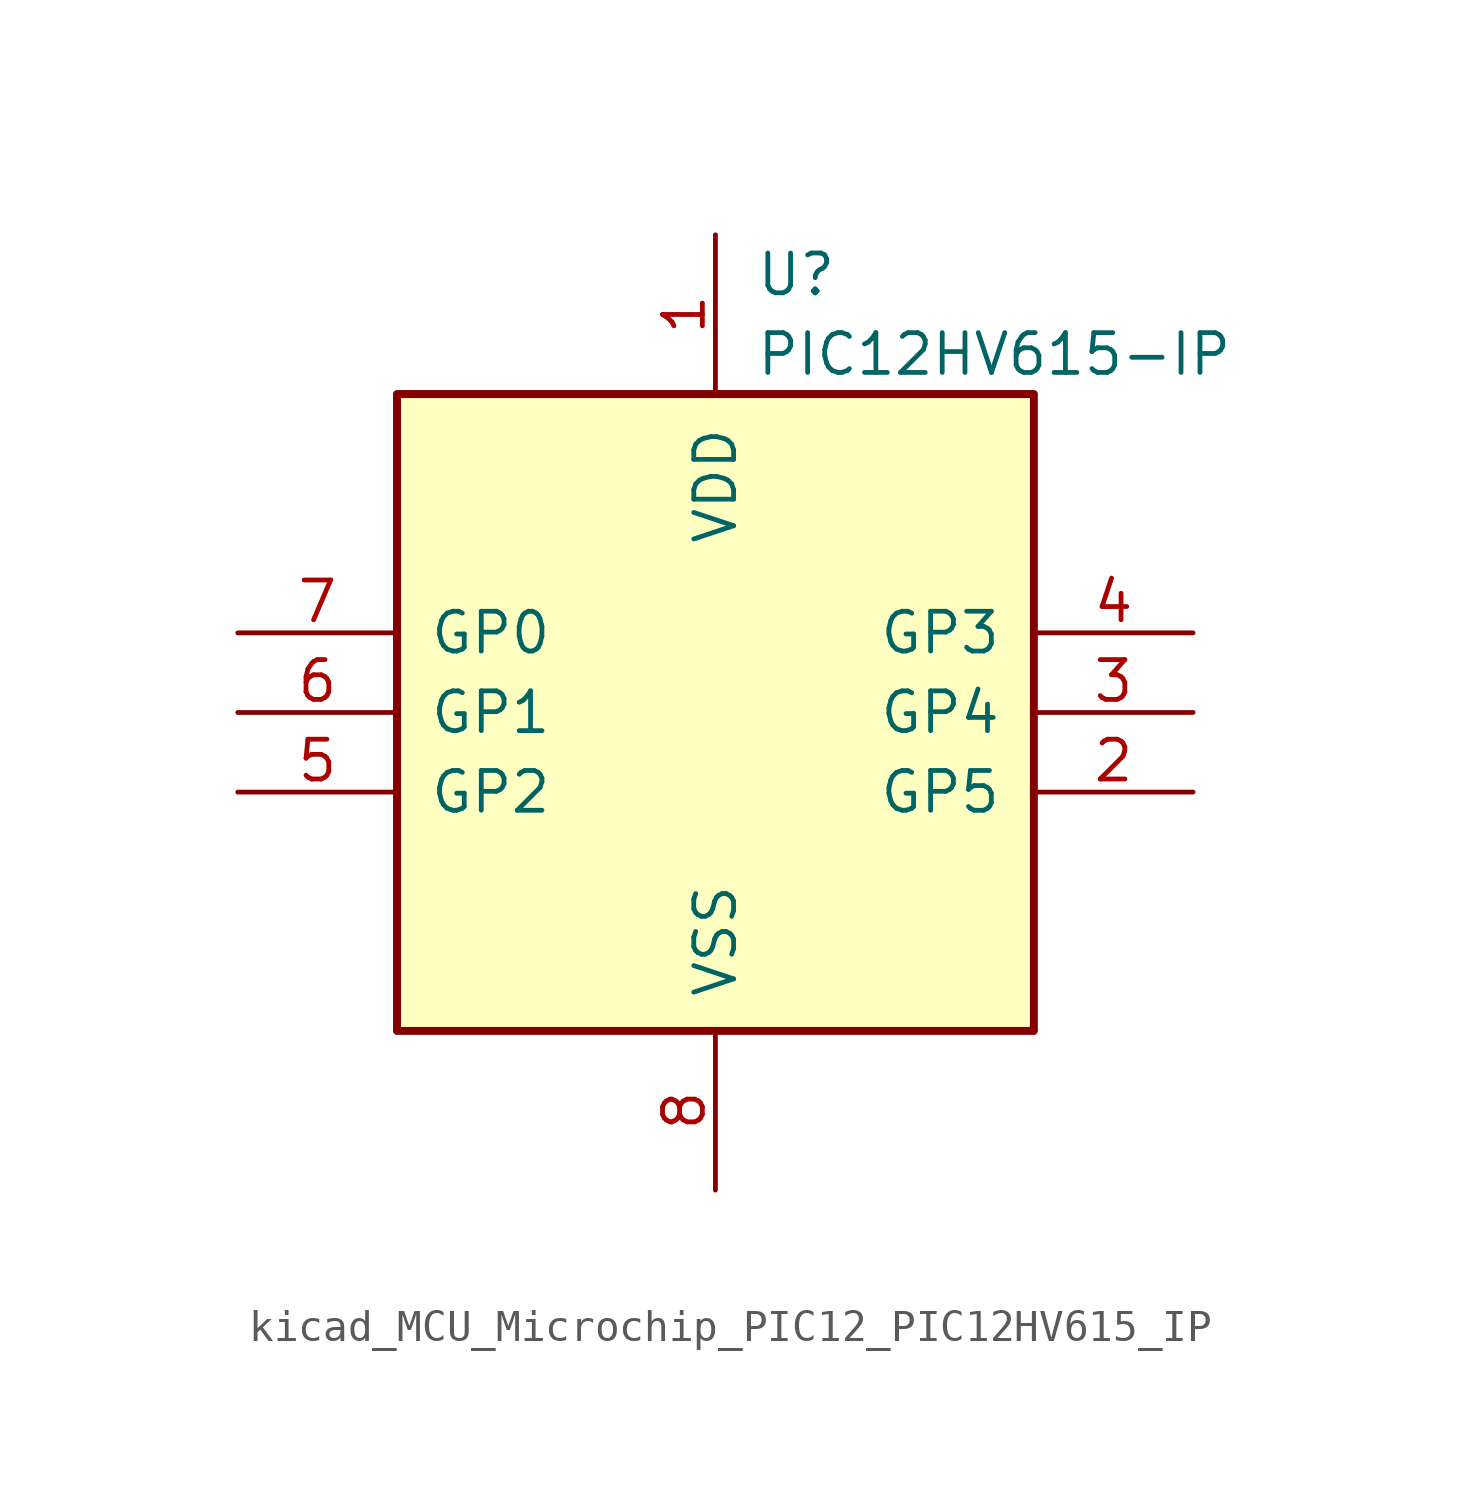
<source format=kicad_sym>
(kicad_symbol_lib
  (version 20220914)
  (generator kicad_symbol_editor)
  (symbol "kicad_MCU_Microchip_PIC12_PIC12HV615_IP"
    (pin_names
      (offset 1.016))
    (property "Reference" "U"
      (at 1.27 13.97 0)
      (effects (font (size 1.27 1.27)) (justify left)))
    (property "Value" "PIC12HV615-IP"
      (at 1.27 11.43 0)
      (effects (font (size 1.27 1.27)) (justify left)))
    (symbol "kicad_MCU_Microchip_PIC12_PIC12HV615_IP_0_1"
      (rectangle (start 10.16 -10.16) (end -10.16 10.16) (stroke (width 0.254) (type default)) (fill (type background))))
    (symbol "kicad_MCU_Microchip_PIC12_PIC12HV615_IP_1_1"
      (pin power_in line (at 0 15.24 270) (length 5.08) (name "VDD" (effects (font (size 1.27 1.27)))) (number "1" (effects (font (size 1.27 1.27)))))
      (pin bidirectional line (at 15.24 -2.54 180) (length 5.08) (name "GP5" (effects (font (size 1.27 1.27)))) (number "2" (effects (font (size 1.27 1.27)))))
      (pin bidirectional line (at 15.24 0 180) (length 5.08) (name "GP4" (effects (font (size 1.27 1.27)))) (number "3" (effects (font (size 1.27 1.27)))))
      (pin input line (at 15.24 2.54 180) (length 5.08) (name "GP3" (effects (font (size 1.27 1.27)))) (number "4" (effects (font (size 1.27 1.27)))))
      (pin bidirectional line (at -15.24 -2.54 0) (length 5.08) (name "GP2" (effects (font (size 1.27 1.27)))) (number "5" (effects (font (size 1.27 1.27)))))
      (pin bidirectional line (at -15.24 0 0) (length 5.08) (name "GP1" (effects (font (size 1.27 1.27)))) (number "6" (effects (font (size 1.27 1.27)))))
      (pin bidirectional line (at -15.24 2.54 0) (length 5.08) (name "GP0" (effects (font (size 1.27 1.27)))) (number "7" (effects (font (size 1.27 1.27)))))
      (pin power_in line (at 0 -15.24 90) (length 5.08) (name "VSS" (effects (font (size 1.27 1.27)))) (number "8" (effects (font (size 1.27 1.27))))))))
</source>
